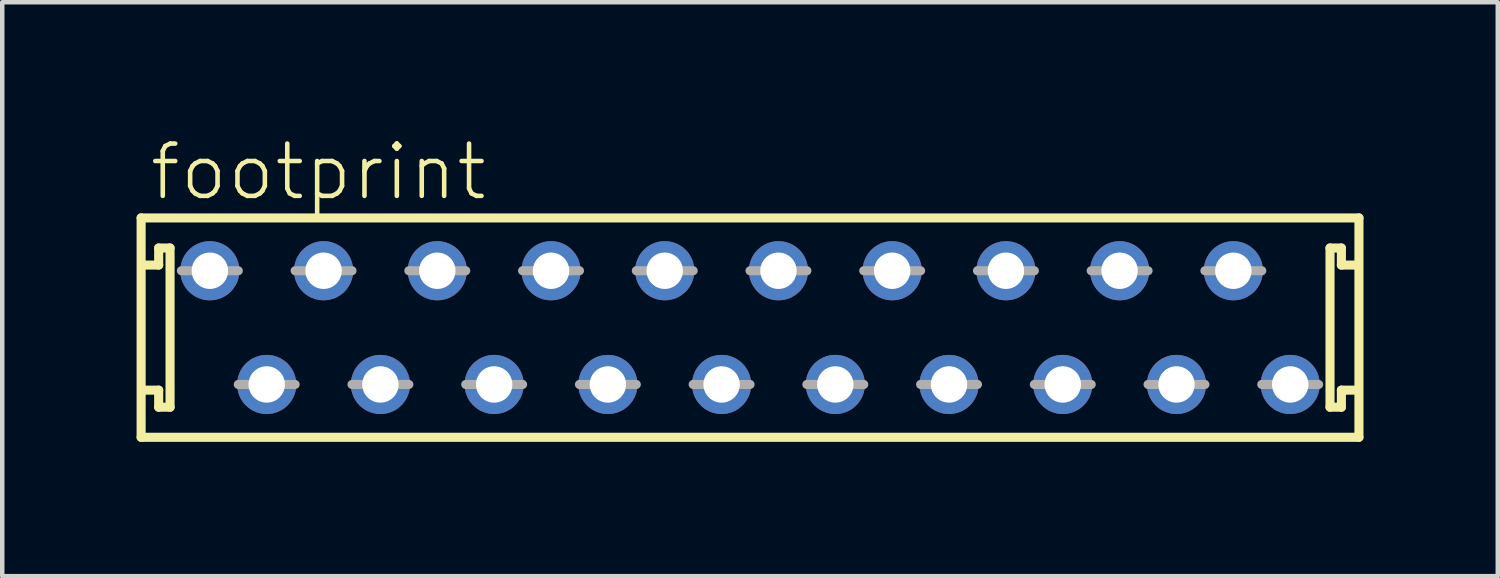
<source format=kicad_pcb>
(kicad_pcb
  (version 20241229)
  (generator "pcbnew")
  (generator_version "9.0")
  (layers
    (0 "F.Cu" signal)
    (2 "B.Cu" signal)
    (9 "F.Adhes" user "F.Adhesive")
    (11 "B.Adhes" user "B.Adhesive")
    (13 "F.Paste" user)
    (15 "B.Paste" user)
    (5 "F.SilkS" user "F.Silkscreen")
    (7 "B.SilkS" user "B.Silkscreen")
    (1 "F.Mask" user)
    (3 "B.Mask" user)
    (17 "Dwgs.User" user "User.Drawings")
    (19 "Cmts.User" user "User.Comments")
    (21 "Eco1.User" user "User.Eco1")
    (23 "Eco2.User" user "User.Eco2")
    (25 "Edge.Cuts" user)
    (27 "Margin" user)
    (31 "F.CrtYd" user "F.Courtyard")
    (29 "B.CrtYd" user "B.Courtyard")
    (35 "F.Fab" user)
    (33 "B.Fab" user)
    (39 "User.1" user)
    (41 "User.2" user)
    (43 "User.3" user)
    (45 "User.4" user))
  (footprint "footprint"
    (layer "F.Cu")
    (at 13.702 4.267)
    (property "Reference" "footprint" (at -13.462 -2.794 0) (layer "F.SilkS") (effects (font (size 1.168 1.168) (thickness 0.102)) (justify left bottom)))
    (fp_line (start -13.6 -2.45) (end 13.6 -2.45) (stroke (width 0.203) (type solid)) (layer "F.SilkS"))
    (fp_line (start -13.6 2.45) (end -13.6 -2.45) (stroke (width 0.203) (type solid)) (layer "F.SilkS"))
    (fp_line (start -13.208 -1.778) (end -13.208 -1.397) (stroke (width 0.203) (type solid)) (layer "F.SilkS"))
    (fp_line (start -13.208 -1.397) (end -13.589 -1.397) (stroke (width 0.203) (type solid)) (layer "F.SilkS"))
    (fp_line (start -13.208 1.397) (end -13.589 1.397) (stroke (width 0.203) (type solid)) (layer "F.SilkS"))
    (fp_line (start -13.208 1.778) (end -13.208 1.397) (stroke (width 0.203) (type solid)) (layer "F.SilkS"))
    (fp_line (start -12.954 -1.778) (end -13.208 -1.778) (stroke (width 0.203) (type solid)) (layer "F.SilkS"))
    (fp_line (start -12.954 1.778) (end -13.208 1.778) (stroke (width 0.203) (type solid)) (layer "F.SilkS"))
    (fp_line (start -12.954 1.778) (end -12.954 -1.778) (stroke (width 0.203) (type solid)) (layer "F.SilkS"))
    (fp_line (start 12.954 -1.778) (end 12.954 1.778) (stroke (width 0.203) (type solid)) (layer "F.SilkS"))
    (fp_line (start 12.954 -1.778) (end 13.208 -1.778) (stroke (width 0.203) (type solid)) (layer "F.SilkS"))
    (fp_line (start 12.954 1.778) (end 13.208 1.778) (stroke (width 0.203) (type solid)) (layer "F.SilkS"))
    (fp_line (start 13.208 -1.778) (end 13.208 -1.397) (stroke (width 0.203) (type solid)) (layer "F.SilkS"))
    (fp_line (start 13.208 -1.397) (end 13.589 -1.397) (stroke (width 0.203) (type solid)) (layer "F.SilkS"))
    (fp_line (start 13.208 1.397) (end 13.589 1.397) (stroke (width 0.203) (type solid)) (layer "F.SilkS"))
    (fp_line (start 13.208 1.778) (end 13.208 1.397) (stroke (width 0.203) (type solid)) (layer "F.SilkS"))
    (fp_line (start 13.6 -2.45) (end 13.6 2.45) (stroke (width 0.203) (type solid)) (layer "F.SilkS"))
    (fp_line (start 13.6 2.45) (end -13.6 2.45) (stroke (width 0.203) (type solid)) (layer "F.SilkS"))
    (fp_line (start -12.7 -1.27) (end -11.43 -1.27) (stroke (width 0.203) (type solid)) (layer "F.Fab"))
    (fp_line (start -11.43 1.27) (end -10.16 1.27) (stroke (width 0.203) (type solid)) (layer "F.Fab"))
    (fp_line (start -10.16 -1.27) (end -8.89 -1.27) (stroke (width 0.203) (type solid)) (layer "F.Fab"))
    (fp_line (start -8.89 1.27) (end -7.62 1.27) (stroke (width 0.203) (type solid)) (layer "F.Fab"))
    (fp_line (start -7.62 -1.27) (end -6.35 -1.27) (stroke (width 0.203) (type solid)) (layer "F.Fab"))
    (fp_line (start -6.35 1.27) (end -5.08 1.27) (stroke (width 0.203) (type solid)) (layer "F.Fab"))
    (fp_line (start -5.08 -1.27) (end -3.81 -1.27) (stroke (width 0.203) (type solid)) (layer "F.Fab"))
    (fp_line (start -3.81 1.27) (end -2.54 1.27) (stroke (width 0.203) (type solid)) (layer "F.Fab"))
    (fp_line (start -2.54 -1.27) (end -1.27 -1.27) (stroke (width 0.203) (type solid)) (layer "F.Fab"))
    (fp_line (start -1.27 1.27) (end 0 1.27) (stroke (width 0.203) (type solid)) (layer "F.Fab"))
    (fp_line (start 0 -1.27) (end 1.27 -1.27) (stroke (width 0.203) (type solid)) (layer "F.Fab"))
    (fp_line (start 1.27 1.27) (end 2.54 1.27) (stroke (width 0.203) (type solid)) (layer "F.Fab"))
    (fp_line (start 2.54 -1.27) (end 3.81 -1.27) (stroke (width 0.203) (type solid)) (layer "F.Fab"))
    (fp_line (start 3.81 1.27) (end 5.08 1.27) (stroke (width 0.203) (type solid)) (layer "F.Fab"))
    (fp_line (start 5.08 -1.27) (end 6.35 -1.27) (stroke (width 0.203) (type solid)) (layer "F.Fab"))
    (fp_line (start 6.35 1.27) (end 7.62 1.27) (stroke (width 0.203) (type solid)) (layer "F.Fab"))
    (fp_line (start 7.62 -1.27) (end 8.89 -1.27) (stroke (width 0.203) (type solid)) (layer "F.Fab"))
    (fp_line (start 8.89 1.27) (end 10.16 1.27) (stroke (width 0.203) (type solid)) (layer "F.Fab"))
    (fp_line (start 10.16 -1.27) (end 11.43 -1.27) (stroke (width 0.203) (type solid)) (layer "F.Fab"))
    (fp_line (start 11.43 1.27) (end 12.7 1.27) (stroke (width 0.203) (type solid)) (layer "F.Fab"))
    (pad "1" thru_hole circle (at -12.065 -1.27) (size 1.321 1.321) (drill 0.813) (layers "*.Cu" "*.Mask"))
    (pad "2" thru_hole circle (at -10.795 1.27) (size 1.321 1.321) (drill 0.813) (layers "*.Cu" "*.Mask"))
    (pad "3" thru_hole circle (at -9.525 -1.27) (size 1.321 1.321) (drill 0.813) (layers "*.Cu" "*.Mask"))
    (pad "4" thru_hole circle (at -8.255 1.27) (size 1.321 1.321) (drill 0.813) (layers "*.Cu" "*.Mask"))
    (pad "5" thru_hole circle (at -6.985 -1.27) (size 1.321 1.321) (drill 0.813) (layers "*.Cu" "*.Mask"))
    (pad "6" thru_hole circle (at -5.715 1.27) (size 1.321 1.321) (drill 0.813) (layers "*.Cu" "*.Mask"))
    (pad "7" thru_hole circle (at -4.445 -1.27) (size 1.321 1.321) (drill 0.813) (layers "*.Cu" "*.Mask"))
    (pad "8" thru_hole circle (at -3.175 1.27) (size 1.321 1.321) (drill 0.813) (layers "*.Cu" "*.Mask"))
    (pad "9" thru_hole circle (at -1.905 -1.27) (size 1.321 1.321) (drill 0.813) (layers "*.Cu" "*.Mask"))
    (pad "10" thru_hole circle (at -0.635 1.27) (size 1.321 1.321) (drill 0.813) (layers "*.Cu" "*.Mask"))
    (pad "11" thru_hole circle (at 0.635 -1.27) (size 1.321 1.321) (drill 0.813) (layers "*.Cu" "*.Mask"))
    (pad "12" thru_hole circle (at 1.905 1.27) (size 1.321 1.321) (drill 0.813) (layers "*.Cu" "*.Mask"))
    (pad "13" thru_hole circle (at 3.175 -1.27) (size 1.321 1.321) (drill 0.813) (layers "*.Cu" "*.Mask"))
    (pad "14" thru_hole circle (at 4.445 1.27) (size 1.321 1.321) (drill 0.813) (layers "*.Cu" "*.Mask"))
    (pad "15" thru_hole circle (at 5.715 -1.27) (size 1.321 1.321) (drill 0.813) (layers "*.Cu" "*.Mask"))
    (pad "16" thru_hole circle (at 6.985 1.27) (size 1.321 1.321) (drill 0.813) (layers "*.Cu" "*.Mask"))
    (pad "17" thru_hole circle (at 8.255 -1.27) (size 1.321 1.321) (drill 0.813) (layers "*.Cu" "*.Mask"))
    (pad "18" thru_hole circle (at 9.525 1.27) (size 1.321 1.321) (drill 0.813) (layers "*.Cu" "*.Mask"))
    (pad "19" thru_hole circle (at 10.795 -1.27) (size 1.321 1.321) (drill 0.813) (layers "*.Cu" "*.Mask"))
    (pad "20" thru_hole circle (at 12.065 1.27) (size 1.321 1.321) (drill 0.813) (layers "*.Cu" "*.Mask")))
  (gr_rect
    (start -3 -3)
    (end 30.403 9.819)
    (stroke (width 0.1) (type default))
    (fill no)
    (layer "Edge.Cuts")))
</source>
